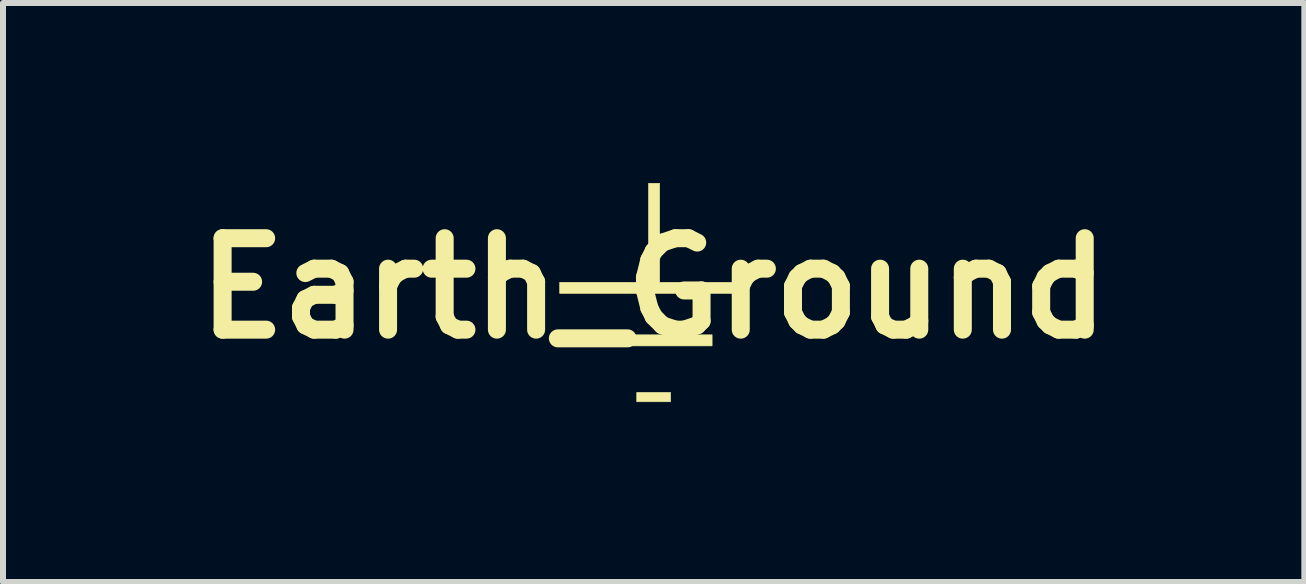
<source format=kicad_pcb>
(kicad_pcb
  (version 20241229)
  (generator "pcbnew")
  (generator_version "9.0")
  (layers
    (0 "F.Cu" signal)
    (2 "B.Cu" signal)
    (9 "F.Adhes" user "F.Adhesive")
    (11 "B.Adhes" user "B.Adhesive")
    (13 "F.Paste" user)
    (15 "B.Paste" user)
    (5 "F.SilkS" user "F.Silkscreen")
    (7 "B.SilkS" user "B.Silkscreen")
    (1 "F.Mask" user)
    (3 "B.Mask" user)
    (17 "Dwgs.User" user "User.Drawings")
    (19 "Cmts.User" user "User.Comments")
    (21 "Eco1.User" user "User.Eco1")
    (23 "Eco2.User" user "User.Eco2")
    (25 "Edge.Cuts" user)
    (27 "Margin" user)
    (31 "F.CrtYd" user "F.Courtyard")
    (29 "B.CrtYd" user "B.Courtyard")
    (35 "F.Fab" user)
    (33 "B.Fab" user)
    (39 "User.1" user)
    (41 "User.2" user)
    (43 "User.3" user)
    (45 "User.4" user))
  (footprint "Earth_Ground"
    (layer "F.Cu")
    (at 7.845 1.755)
    (property "Reference" "Earth_Ground" (at 0 0 0) (layer "F.SilkS") (effects (font (size 1.524 1.524) (thickness 0.3))))
    (attr through_hole)
    (fp_poly (pts (xy 0.282 1.891) (xy -0.282 1.891) (xy -0.282 1.736) (xy 0.282 1.736) (xy 0.282 1.891)) (stroke (width 0.01) (type solid)) (fill yes) (layer "F.SilkS"))
    (fp_poly (pts (xy 0.974 0.96) (xy -0.974 0.96) (xy -0.974 0.776) (xy 0.974 0.776) (xy 0.974 0.96)) (stroke (width 0.01) (type solid)) (fill yes) (layer "F.SilkS"))
    (fp_poly (pts (xy 0.099 -0.099) (xy 1.566 -0.099) (xy 1.566 0.085) (xy -1.566 0.085) (xy -1.566 -0.099) (xy -0.085 -0.099) (xy -0.085 -1.75) (xy 0.099 -1.75) (xy 0.099 -0.099)) (stroke (width 0.01) (type solid)) (fill yes) (layer "F.SilkS")))
  (gr_rect
    (start -3 -3)
    (end 18.69 6.651)
    (stroke (width 0.1) (type default))
    (fill no)
    (layer "Edge.Cuts")))
</source>
